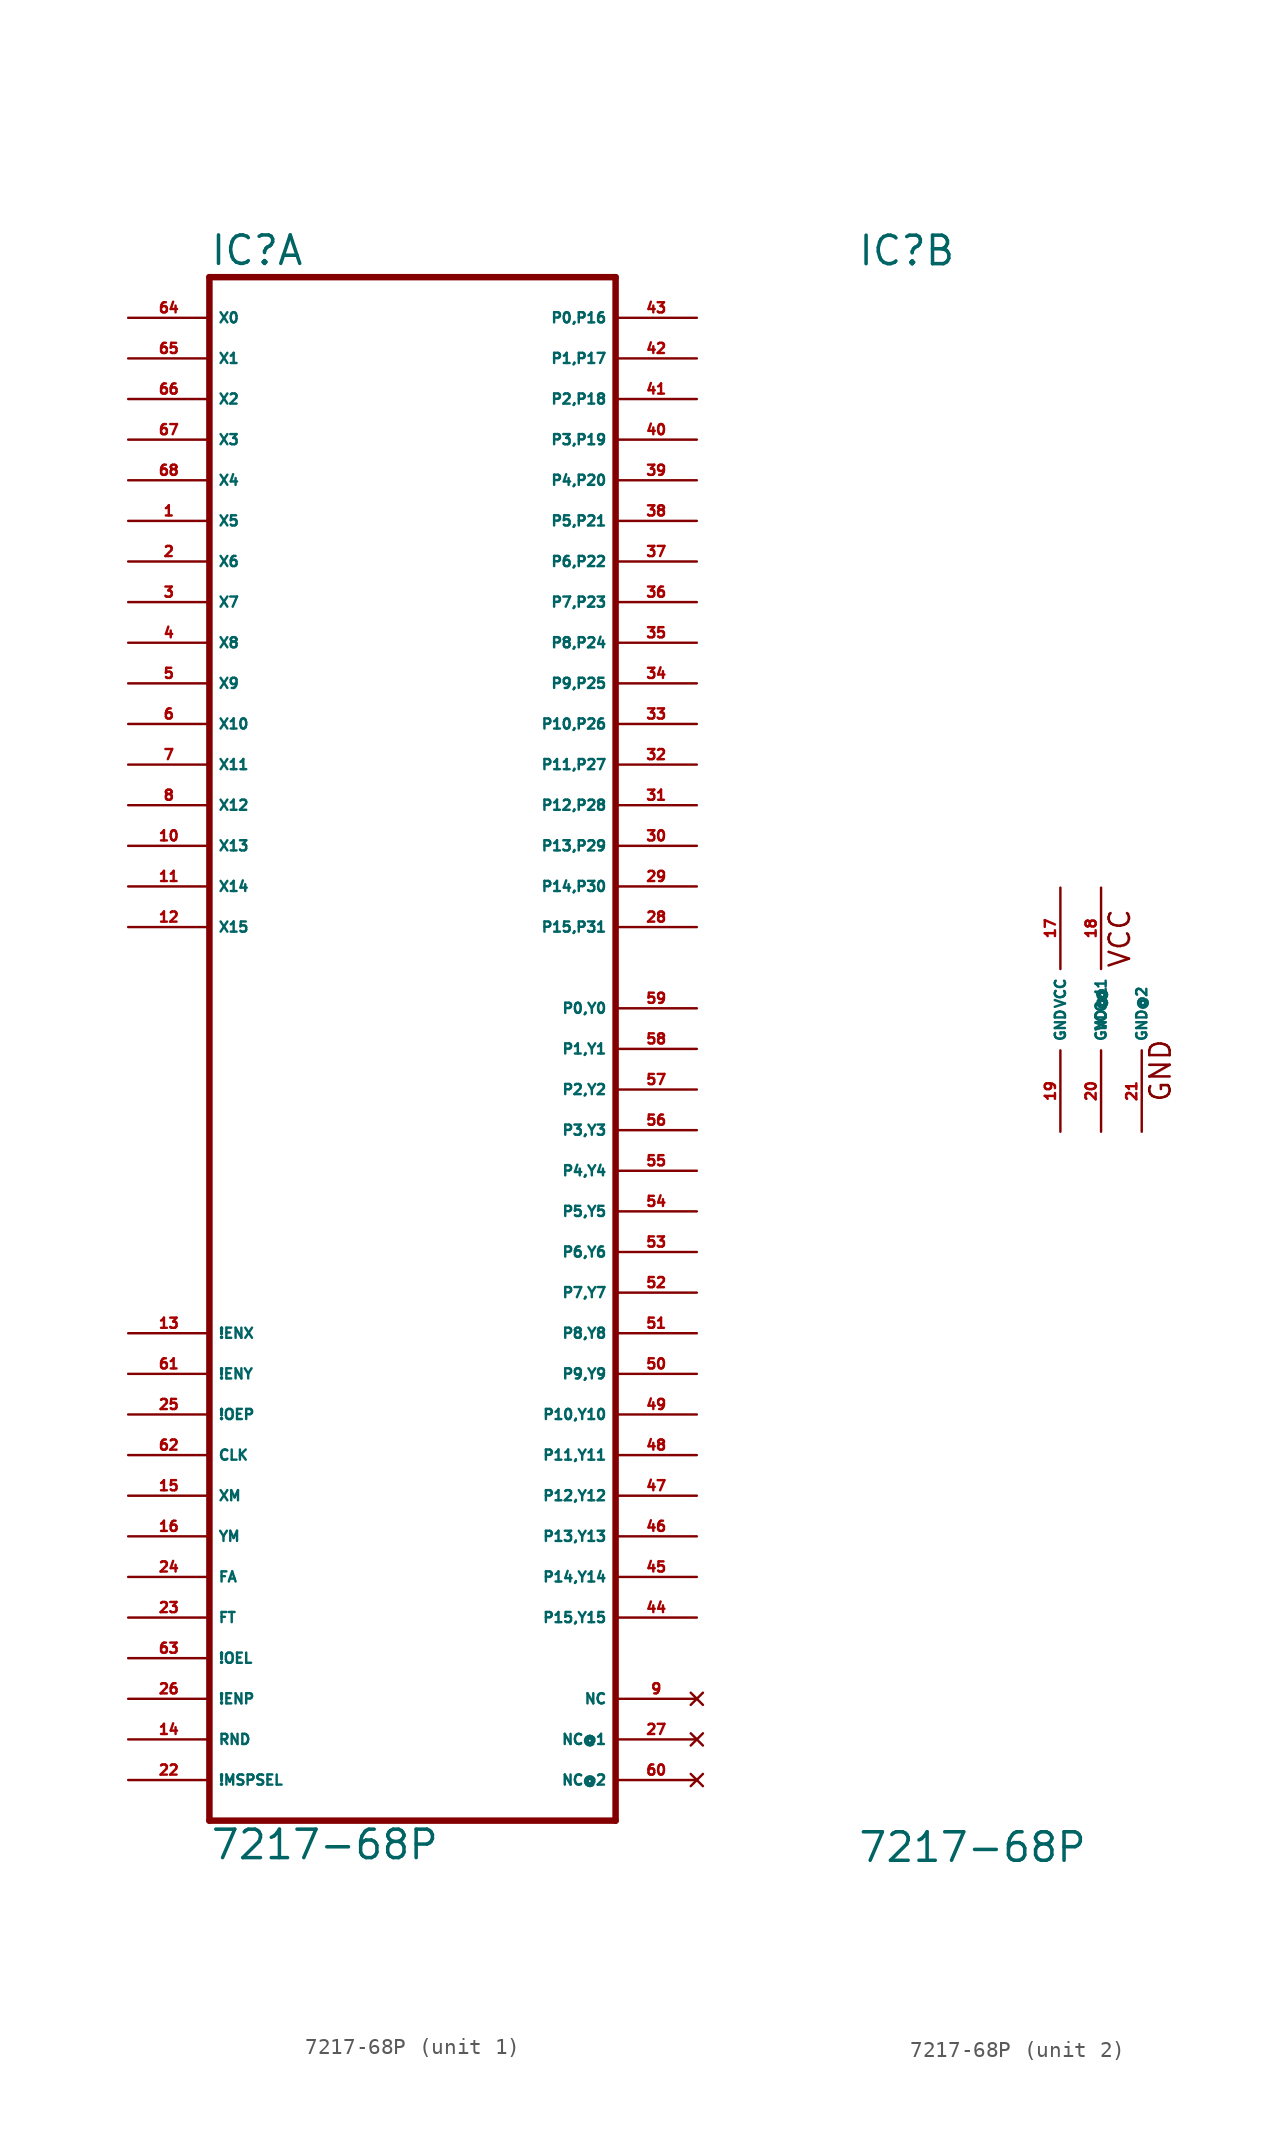
<source format=kicad_sym>
(kicad_symbol_lib
  (version 20220914)
  (generator Eagle2Kicad)
  (symbol "7217-68P"
    (property "Reference" "IC"
      (at -12.7 46.355 0)
      (effects (font (size 1.778 1.778) (thickness 0.22)) (justify left bottom)))
    (property "Value" "7217-68P"
      (at -12.7 -53.34 0)
      (effects (font (size 1.778 1.778) (thickness 0.22)) (justify left bottom)))
    (symbol "7217-68P_1_0"
      (polyline (pts (xy -12.7 -50.8) (xy 12.7 -50.8)) (stroke (width 0.406) (type default)) (fill (type none)))
      (polyline (pts (xy 12.7 -50.8) (xy 12.7 45.72)) (stroke (width 0.406) (type default)) (fill (type none)))
      (polyline (pts (xy 12.7 45.72) (xy -12.7 45.72)) (stroke (width 0.406) (type default)) (fill (type none)))
      (polyline (pts (xy -12.7 45.72) (xy -12.7 -50.8)) (stroke (width 0.406) (type default)) (fill (type none)))
      (pin input line (at -17.78 43.18 0) (length 5.08) (name "X0" (effects (font (size 0.635 0.635) (thickness 0.08)) (justify left bottom))) (number "64" (effects (font (size 0.635 0.635) (thickness 0.08)) (justify left bottom))))
      (pin input line (at -17.78 40.64 0) (length 5.08) (name "X1" (effects (font (size 0.635 0.635) (thickness 0.08)) (justify left bottom))) (number "65" (effects (font (size 0.635 0.635) (thickness 0.08)) (justify left bottom))))
      (pin input line (at -17.78 38.1 0) (length 5.08) (name "X2" (effects (font (size 0.635 0.635) (thickness 0.08)) (justify left bottom))) (number "66" (effects (font (size 0.635 0.635) (thickness 0.08)) (justify left bottom))))
      (pin input line (at -17.78 35.56 0) (length 5.08) (name "X3" (effects (font (size 0.635 0.635) (thickness 0.08)) (justify left bottom))) (number "67" (effects (font (size 0.635 0.635) (thickness 0.08)) (justify left bottom))))
      (pin input line (at -17.78 33.02 0) (length 5.08) (name "X4" (effects (font (size 0.635 0.635) (thickness 0.08)) (justify left bottom))) (number "68" (effects (font (size 0.635 0.635) (thickness 0.08)) (justify left bottom))))
      (pin input line (at -17.78 30.48 0) (length 5.08) (name "X5" (effects (font (size 0.635 0.635) (thickness 0.08)) (justify left bottom))) (number "1" (effects (font (size 0.635 0.635) (thickness 0.08)) (justify left bottom))))
      (pin input line (at -17.78 27.94 0) (length 5.08) (name "X6" (effects (font (size 0.635 0.635) (thickness 0.08)) (justify left bottom))) (number "2" (effects (font (size 0.635 0.635) (thickness 0.08)) (justify left bottom))))
      (pin input line (at -17.78 25.4 0) (length 5.08) (name "X7" (effects (font (size 0.635 0.635) (thickness 0.08)) (justify left bottom))) (number "3" (effects (font (size 0.635 0.635) (thickness 0.08)) (justify left bottom))))
      (pin input line (at -17.78 22.86 0) (length 5.08) (name "X8" (effects (font (size 0.635 0.635) (thickness 0.08)) (justify left bottom))) (number "4" (effects (font (size 0.635 0.635) (thickness 0.08)) (justify left bottom))))
      (pin input line (at -17.78 20.32 0) (length 5.08) (name "X9" (effects (font (size 0.635 0.635) (thickness 0.08)) (justify left bottom))) (number "5" (effects (font (size 0.635 0.635) (thickness 0.08)) (justify left bottom))))
      (pin input line (at -17.78 17.78 0) (length 5.08) (name "X10" (effects (font (size 0.635 0.635) (thickness 0.08)) (justify left bottom))) (number "6" (effects (font (size 0.635 0.635) (thickness 0.08)) (justify left bottom))))
      (pin input line (at -17.78 15.24 0) (length 5.08) (name "X11" (effects (font (size 0.635 0.635) (thickness 0.08)) (justify left bottom))) (number "7" (effects (font (size 0.635 0.635) (thickness 0.08)) (justify left bottom))))
      (pin input line (at -17.78 12.7 0) (length 5.08) (name "X12" (effects (font (size 0.635 0.635) (thickness 0.08)) (justify left bottom))) (number "8" (effects (font (size 0.635 0.635) (thickness 0.08)) (justify left bottom))))
      (pin input line (at -17.78 10.16 0) (length 5.08) (name "X13" (effects (font (size 0.635 0.635) (thickness 0.08)) (justify left bottom))) (number "10" (effects (font (size 0.635 0.635) (thickness 0.08)) (justify left bottom))))
      (pin input line (at -17.78 7.62 0) (length 5.08) (name "X14" (effects (font (size 0.635 0.635) (thickness 0.08)) (justify left bottom))) (number "11" (effects (font (size 0.635 0.635) (thickness 0.08)) (justify left bottom))))
      (pin input line (at -17.78 5.08 0) (length 5.08) (name "X15" (effects (font (size 0.635 0.635) (thickness 0.08)) (justify left bottom))) (number "12" (effects (font (size 0.635 0.635) (thickness 0.08)) (justify left bottom))))
      (pin bidirectional line (at 17.78 -38.1 180) (length 5.08) (name "P15,Y15" (effects (font (size 0.635 0.635) (thickness 0.08)) (justify left bottom))) (number "44" (effects (font (size 0.635 0.635) (thickness 0.08)) (justify left bottom))))
      (pin bidirectional line (at 17.78 -35.56 180) (length 5.08) (name "P14,Y14" (effects (font (size 0.635 0.635) (thickness 0.08)) (justify left bottom))) (number "45" (effects (font (size 0.635 0.635) (thickness 0.08)) (justify left bottom))))
      (pin bidirectional line (at 17.78 -33.02 180) (length 5.08) (name "P13,Y13" (effects (font (size 0.635 0.635) (thickness 0.08)) (justify left bottom))) (number "46" (effects (font (size 0.635 0.635) (thickness 0.08)) (justify left bottom))))
      (pin bidirectional line (at 17.78 -30.48 180) (length 5.08) (name "P12,Y12" (effects (font (size 0.635 0.635) (thickness 0.08)) (justify left bottom))) (number "47" (effects (font (size 0.635 0.635) (thickness 0.08)) (justify left bottom))))
      (pin bidirectional line (at 17.78 -27.94 180) (length 5.08) (name "P11,Y11" (effects (font (size 0.635 0.635) (thickness 0.08)) (justify left bottom))) (number "48" (effects (font (size 0.635 0.635) (thickness 0.08)) (justify left bottom))))
      (pin bidirectional line (at 17.78 -25.4 180) (length 5.08) (name "P10,Y10" (effects (font (size 0.635 0.635) (thickness 0.08)) (justify left bottom))) (number "49" (effects (font (size 0.635 0.635) (thickness 0.08)) (justify left bottom))))
      (pin bidirectional line (at 17.78 -22.86 180) (length 5.08) (name "P9,Y9" (effects (font (size 0.635 0.635) (thickness 0.08)) (justify left bottom))) (number "50" (effects (font (size 0.635 0.635) (thickness 0.08)) (justify left bottom))))
      (pin bidirectional line (at 17.78 -20.32 180) (length 5.08) (name "P8,Y8" (effects (font (size 0.635 0.635) (thickness 0.08)) (justify left bottom))) (number "51" (effects (font (size 0.635 0.635) (thickness 0.08)) (justify left bottom))))
      (pin bidirectional line (at 17.78 -17.78 180) (length 5.08) (name "P7,Y7" (effects (font (size 0.635 0.635) (thickness 0.08)) (justify left bottom))) (number "52" (effects (font (size 0.635 0.635) (thickness 0.08)) (justify left bottom))))
      (pin bidirectional line (at 17.78 -15.24 180) (length 5.08) (name "P6,Y6" (effects (font (size 0.635 0.635) (thickness 0.08)) (justify left bottom))) (number "53" (effects (font (size 0.635 0.635) (thickness 0.08)) (justify left bottom))))
      (pin bidirectional line (at 17.78 -12.7 180) (length 5.08) (name "P5,Y5" (effects (font (size 0.635 0.635) (thickness 0.08)) (justify left bottom))) (number "54" (effects (font (size 0.635 0.635) (thickness 0.08)) (justify left bottom))))
      (pin bidirectional line (at 17.78 -10.16 180) (length 5.08) (name "P4,Y4" (effects (font (size 0.635 0.635) (thickness 0.08)) (justify left bottom))) (number "55" (effects (font (size 0.635 0.635) (thickness 0.08)) (justify left bottom))))
      (pin bidirectional line (at 17.78 -7.62 180) (length 5.08) (name "P3,Y3" (effects (font (size 0.635 0.635) (thickness 0.08)) (justify left bottom))) (number "56" (effects (font (size 0.635 0.635) (thickness 0.08)) (justify left bottom))))
      (pin bidirectional line (at 17.78 -5.08 180) (length 5.08) (name "P2,Y2" (effects (font (size 0.635 0.635) (thickness 0.08)) (justify left bottom))) (number "57" (effects (font (size 0.635 0.635) (thickness 0.08)) (justify left bottom))))
      (pin bidirectional line (at 17.78 -2.54 180) (length 5.08) (name "P1,Y1" (effects (font (size 0.635 0.635) (thickness 0.08)) (justify left bottom))) (number "58" (effects (font (size 0.635 0.635) (thickness 0.08)) (justify left bottom))))
      (pin bidirectional line (at 17.78 0 180) (length 5.08) (name "P0,Y0" (effects (font (size 0.635 0.635) (thickness 0.08)) (justify left bottom))) (number "59" (effects (font (size 0.635 0.635) (thickness 0.08)) (justify left bottom))))
      (pin input line (at -17.78 -20.32 0) (length 5.08) (name "!ENX" (effects (font (size 0.635 0.635) (thickness 0.08)) (justify left bottom))) (number "13" (effects (font (size 0.635 0.635) (thickness 0.08)) (justify left bottom))))
      (pin input line (at -17.78 -22.86 0) (length 5.08) (name "!ENY" (effects (font (size 0.635 0.635) (thickness 0.08)) (justify left bottom))) (number "61" (effects (font (size 0.635 0.635) (thickness 0.08)) (justify left bottom))))
      (pin input line (at -17.78 -25.4 0) (length 5.08) (name "!OEP" (effects (font (size 0.635 0.635) (thickness 0.08)) (justify left bottom))) (number "25" (effects (font (size 0.635 0.635) (thickness 0.08)) (justify left bottom))))
      (pin input line (at -17.78 -27.94 0) (length 5.08) (name "CLK" (effects (font (size 0.635 0.635) (thickness 0.08)) (justify left bottom))) (number "62" (effects (font (size 0.635 0.635) (thickness 0.08)) (justify left bottom))))
      (pin input line (at -17.78 -30.48 0) (length 5.08) (name "XM" (effects (font (size 0.635 0.635) (thickness 0.08)) (justify left bottom))) (number "15" (effects (font (size 0.635 0.635) (thickness 0.08)) (justify left bottom))))
      (pin input line (at -17.78 -33.02 0) (length 5.08) (name "YM" (effects (font (size 0.635 0.635) (thickness 0.08)) (justify left bottom))) (number "16" (effects (font (size 0.635 0.635) (thickness 0.08)) (justify left bottom))))
      (pin input line (at -17.78 -35.56 0) (length 5.08) (name "FA" (effects (font (size 0.635 0.635) (thickness 0.08)) (justify left bottom))) (number "24" (effects (font (size 0.635 0.635) (thickness 0.08)) (justify left bottom))))
      (pin input line (at -17.78 -38.1 0) (length 5.08) (name "FT" (effects (font (size 0.635 0.635) (thickness 0.08)) (justify left bottom))) (number "23" (effects (font (size 0.635 0.635) (thickness 0.08)) (justify left bottom))))
      (pin input line (at -17.78 -40.64 0) (length 5.08) (name "!OEL" (effects (font (size 0.635 0.635) (thickness 0.08)) (justify left bottom))) (number "63" (effects (font (size 0.635 0.635) (thickness 0.08)) (justify left bottom))))
      (pin input line (at -17.78 -43.18 0) (length 5.08) (name "!ENP" (effects (font (size 0.635 0.635) (thickness 0.08)) (justify left bottom))) (number "26" (effects (font (size 0.635 0.635) (thickness 0.08)) (justify left bottom))))
      (pin input line (at -17.78 -45.72 0) (length 5.08) (name "RND" (effects (font (size 0.635 0.635) (thickness 0.08)) (justify left bottom))) (number "14" (effects (font (size 0.635 0.635) (thickness 0.08)) (justify left bottom))))
      (pin input line (at -17.78 -48.26 0) (length 5.08) (name "!MSPSEL" (effects (font (size 0.635 0.635) (thickness 0.08)) (justify left bottom))) (number "22" (effects (font (size 0.635 0.635) (thickness 0.08)) (justify left bottom))))
      (pin output line (at 17.78 43.18 180) (length 5.08) (name "P0,P16" (effects (font (size 0.635 0.635) (thickness 0.08)) (justify left bottom))) (number "43" (effects (font (size 0.635 0.635) (thickness 0.08)) (justify left bottom))))
      (pin output line (at 17.78 40.64 180) (length 5.08) (name "P1,P17" (effects (font (size 0.635 0.635) (thickness 0.08)) (justify left bottom))) (number "42" (effects (font (size 0.635 0.635) (thickness 0.08)) (justify left bottom))))
      (pin output line (at 17.78 38.1 180) (length 5.08) (name "P2,P18" (effects (font (size 0.635 0.635) (thickness 0.08)) (justify left bottom))) (number "41" (effects (font (size 0.635 0.635) (thickness 0.08)) (justify left bottom))))
      (pin output line (at 17.78 35.56 180) (length 5.08) (name "P3,P19" (effects (font (size 0.635 0.635) (thickness 0.08)) (justify left bottom))) (number "40" (effects (font (size 0.635 0.635) (thickness 0.08)) (justify left bottom))))
      (pin output line (at 17.78 33.02 180) (length 5.08) (name "P4,P20" (effects (font (size 0.635 0.635) (thickness 0.08)) (justify left bottom))) (number "39" (effects (font (size 0.635 0.635) (thickness 0.08)) (justify left bottom))))
      (pin output line (at 17.78 30.48 180) (length 5.08) (name "P5,P21" (effects (font (size 0.635 0.635) (thickness 0.08)) (justify left bottom))) (number "38" (effects (font (size 0.635 0.635) (thickness 0.08)) (justify left bottom))))
      (pin output line (at 17.78 27.94 180) (length 5.08) (name "P6,P22" (effects (font (size 0.635 0.635) (thickness 0.08)) (justify left bottom))) (number "37" (effects (font (size 0.635 0.635) (thickness 0.08)) (justify left bottom))))
      (pin output line (at 17.78 25.4 180) (length 5.08) (name "P7,P23" (effects (font (size 0.635 0.635) (thickness 0.08)) (justify left bottom))) (number "36" (effects (font (size 0.635 0.635) (thickness 0.08)) (justify left bottom))))
      (pin output line (at 17.78 22.86 180) (length 5.08) (name "P8,P24" (effects (font (size 0.635 0.635) (thickness 0.08)) (justify left bottom))) (number "35" (effects (font (size 0.635 0.635) (thickness 0.08)) (justify left bottom))))
      (pin output line (at 17.78 20.32 180) (length 5.08) (name "P9,P25" (effects (font (size 0.635 0.635) (thickness 0.08)) (justify left bottom))) (number "34" (effects (font (size 0.635 0.635) (thickness 0.08)) (justify left bottom))))
      (pin output line (at 17.78 17.78 180) (length 5.08) (name "P10,P26" (effects (font (size 0.635 0.635) (thickness 0.08)) (justify left bottom))) (number "33" (effects (font (size 0.635 0.635) (thickness 0.08)) (justify left bottom))))
      (pin output line (at 17.78 15.24 180) (length 5.08) (name "P11,P27" (effects (font (size 0.635 0.635) (thickness 0.08)) (justify left bottom))) (number "32" (effects (font (size 0.635 0.635) (thickness 0.08)) (justify left bottom))))
      (pin output line (at 17.78 12.7 180) (length 5.08) (name "P12,P28" (effects (font (size 0.635 0.635) (thickness 0.08)) (justify left bottom))) (number "31" (effects (font (size 0.635 0.635) (thickness 0.08)) (justify left bottom))))
      (pin output line (at 17.78 10.16 180) (length 5.08) (name "P13,P29" (effects (font (size 0.635 0.635) (thickness 0.08)) (justify left bottom))) (number "30" (effects (font (size 0.635 0.635) (thickness 0.08)) (justify left bottom))))
      (pin output line (at 17.78 7.62 180) (length 5.08) (name "P14,P30" (effects (font (size 0.635 0.635) (thickness 0.08)) (justify left bottom))) (number "29" (effects (font (size 0.635 0.635) (thickness 0.08)) (justify left bottom))))
      (pin output line (at 17.78 5.08 180) (length 5.08) (name "P15,P31" (effects (font (size 0.635 0.635) (thickness 0.08)) (justify left bottom))) (number "28" (effects (font (size 0.635 0.635) (thickness 0.08)) (justify left bottom))))
      (pin no_connect line (at 17.78 -43.18 180) (length 5.08) (name "NC" (effects (font (size 0.635 0.635) (thickness 0.08)) (justify left bottom) hide)) (number "9" (effects (font (size 0.635 0.635) (thickness 0.08)) (justify left bottom) hide)))
      (pin no_connect line (at 17.78 -45.72 180) (length 5.08) (name "NC@1" (effects (font (size 0.635 0.635) (thickness 0.08)) (justify left bottom) hide)) (number "27" (effects (font (size 0.635 0.635) (thickness 0.08)) (justify left bottom) hide)))
      (pin no_connect line (at 17.78 -48.26 180) (length 5.08) (name "NC@2" (effects (font (size 0.635 0.635) (thickness 0.08)) (justify left bottom) hide)) (number "60" (effects (font (size 0.635 0.635) (thickness 0.08)) (justify left bottom) hide))))
    (symbol "7217-68P_2_0"
      (text "GND" (at 6.985 -5.842 900) (effects (font (size 1.27 1.27) (thickness 0.16)) (justify left bottom)))
      (text "VCC" (at 4.445 2.54 900) (effects (font (size 1.27 1.27) (thickness 0.16)) (justify left bottom)))
      (pin unspecified line (at 0 7.62 270) (length 5.08) (name "VCC" (effects (font (size 0.635 0.635) (thickness 0.08)) (justify left bottom))) (number "17" (effects (font (size 0.635 0.635) (thickness 0.08)) (justify left bottom))))
      (pin unspecified line (at 0 -7.62 90) (length 5.08) (name "GND" (effects (font (size 0.635 0.635) (thickness 0.08)) (justify left bottom))) (number "19" (effects (font (size 0.635 0.635) (thickness 0.08)) (justify left bottom))))
      (pin unspecified line (at 2.54 7.62 270) (length 5.08) (name "VCC@1" (effects (font (size 0.635 0.635) (thickness 0.08)) (justify left bottom))) (number "18" (effects (font (size 0.635 0.635) (thickness 0.08)) (justify left bottom))))
      (pin unspecified line (at 2.54 -7.62 90) (length 5.08) (name "GND@1" (effects (font (size 0.635 0.635) (thickness 0.08)) (justify left bottom))) (number "20" (effects (font (size 0.635 0.635) (thickness 0.08)) (justify left bottom))))
      (pin unspecified line (at 5.08 -7.62 90) (length 5.08) (name "GND@2" (effects (font (size 0.635 0.635) (thickness 0.08)) (justify left bottom))) (number "21" (effects (font (size 0.635 0.635) (thickness 0.08)) (justify left bottom)))))))
</source>
